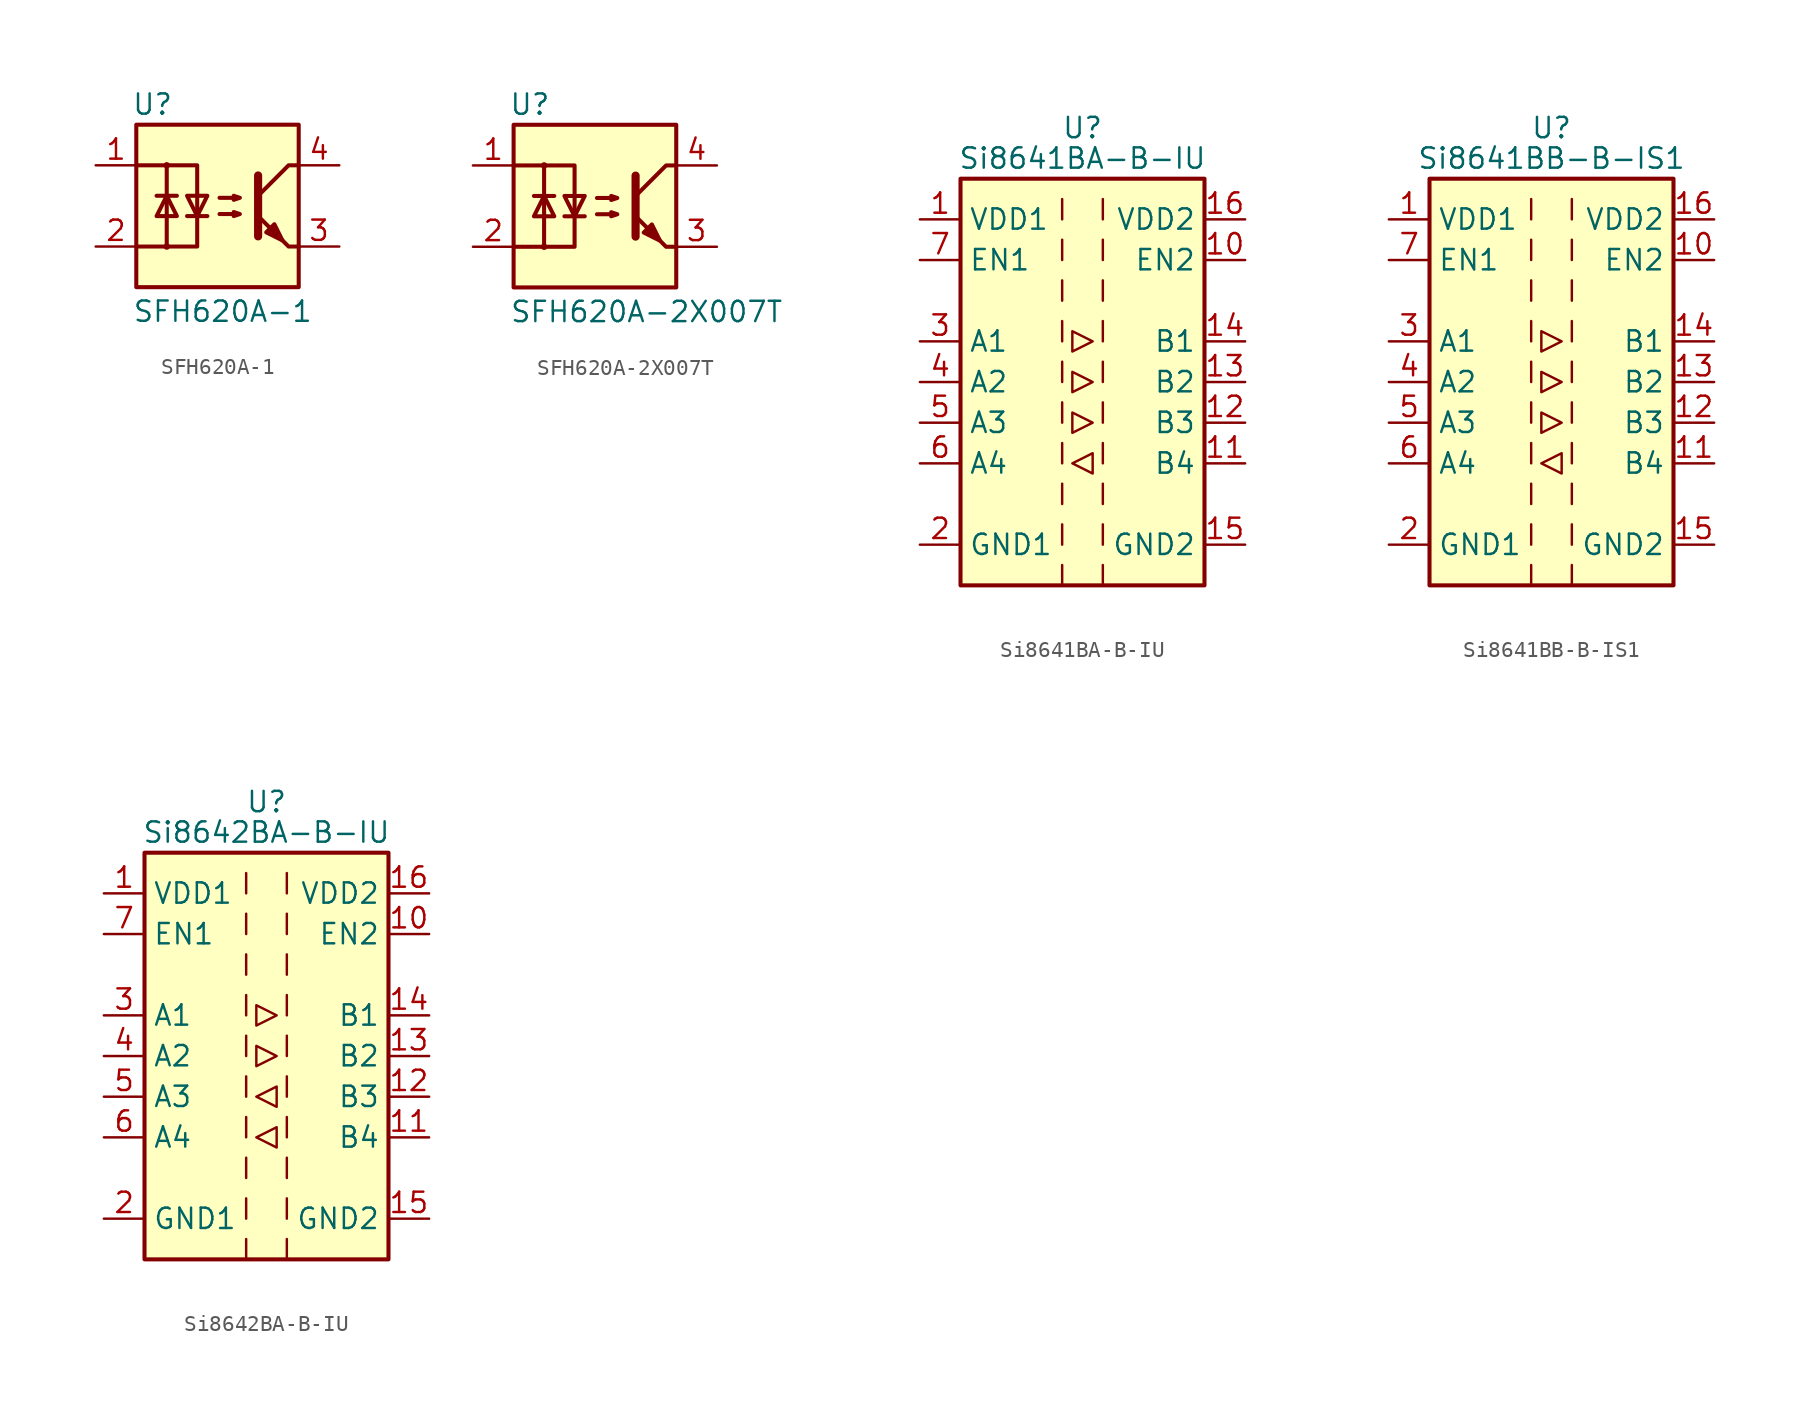
<source format=kicad_sym>
(kicad_symbol_lib
  (version 20201005)
  (generator kicad_symbol_editor)
  (symbol "SFH620A-1"
    (pin_names
      (offset 1.016))
    (property "Reference" "U"
      (at -4.064 6.35 0)
      (effects (font (size 1.27 1.27))))
    (property "Value" "SFH620A-1"
      (at -5.334 -6.604 0)
      (effects (font (size 1.27 1.27)) (justify left)))
    (symbol "SFH620A-1_0_1"
      (rectangle (start -5.08 5.08) (end 5.08 -5.08) (stroke (width 0.254)) (fill (type background))))
    (symbol "SFH620A-1_1_1"
      (circle (center -3.175 -2.54) (radius 0.127) (stroke (width 0)) (fill (type none)))
      (circle (center -3.175 2.54) (radius 0.127) (stroke (width 0)) (fill (type none)))
      (polyline (pts (xy -3.81 0.635) (xy -2.54 0.635)) (stroke (width 0.254)) (fill (type none)))
      (polyline (pts (xy -1.905 -0.635) (xy -0.635 -0.635)) (stroke (width 0.254)) (fill (type none)))
      (polyline (pts (xy 2.54 1.905) (xy 2.54 -1.905) (xy 2.54 -1.905)) (stroke (width 0.508)) (fill (type none)))
      (polyline (pts (xy 5.08 -2.54) (xy 4.445 -2.54) (xy 2.54 -0.635)) (stroke (width 0.254)) (fill (type none)))
      (polyline (pts (xy 5.08 2.54) (xy 4.445 2.54) (xy 2.54 0.635)) (stroke (width 0.254)) (fill (type none)))
      (polyline (pts (xy -5.08 2.54) (xy -3.175 2.54) (xy -3.175 -2.54) (xy -5.08 -2.54)) (stroke (width 0.254)) (fill (type none)))
      (polyline (pts (xy -3.175 -2.54) (xy -1.27 -2.54) (xy -1.27 2.54) (xy -3.175 2.54)) (stroke (width 0.254)) (fill (type none)))
      (polyline (pts (xy -3.175 0.635) (xy -3.81 -0.635) (xy -2.54 -0.635) (xy -3.175 0.635)) (stroke (width 0.254)) (fill (type none)))
      (polyline (pts (xy -1.27 -0.635) (xy -1.905 0.635) (xy -0.635 0.635) (xy -1.27 -0.635)) (stroke (width 0.254)) (fill (type none)))
      (polyline (pts (xy 0.127 -0.508) (xy 1.397 -0.508) (xy 1.016 -0.635) (xy 1.016 -0.381) (xy 1.397 -0.508)) (stroke (width 0.254)) (fill (type none)))
      (polyline (pts (xy 0.127 0.508) (xy 1.397 0.508) (xy 1.016 0.381) (xy 1.016 0.635) (xy 1.397 0.508)) (stroke (width 0.254)) (fill (type none)))
      (polyline (pts (xy 3.048 -1.651) (xy 3.556 -1.143) (xy 4.064 -2.159) (xy 3.048 -1.651) (xy 3.048 -1.651)) (stroke (width 0.254)) (fill (type outline)))
      (pin passive line (at -7.62 2.54 0) (length 2.54) (name "~" (effects (font (size 1.27 1.27)))) (number "1" (effects (font (size 1.27 1.27)))))
      (pin passive line (at -7.62 -2.54 0) (length 2.54) (name "~" (effects (font (size 1.27 1.27)))) (number "2" (effects (font (size 1.27 1.27)))))
      (pin passive line (at 7.62 -2.54 180) (length 2.54) (name "~" (effects (font (size 1.27 1.27)))) (number "3" (effects (font (size 1.27 1.27)))))
      (pin passive line (at 7.62 2.54 180) (length 2.54) (name "~" (effects (font (size 1.27 1.27)))) (number "4" (effects (font (size 1.27 1.27)))))))
  (symbol "SFH620A-2X007T"
    (pin_names
      (offset 1.016))
    (property "Reference" "U"
      (at -4.064 6.35 0)
      (effects (font (size 1.27 1.27))))
    (property "Value" "SFH620A-2X007T"
      (at -5.334 -6.604 0)
      (effects (font (size 1.27 1.27)) (justify left)))
    (symbol "SFH620A-2X007T_1_1"
      (circle (center -3.175 -2.54) (radius 0.127) (stroke (width 0)) (fill (type none)))
      (circle (center -3.175 2.54) (radius 0.127) (stroke (width 0)) (fill (type none)))
      (rectangle (start -5.08 5.08) (end 5.08 -5.08) (stroke (width 0.254)) (fill (type background)))
      (polyline (pts (xy -3.81 0.635) (xy -2.54 0.635)) (stroke (width 0.254)) (fill (type none)))
      (polyline (pts (xy -1.905 -0.635) (xy -0.635 -0.635)) (stroke (width 0.254)) (fill (type none)))
      (polyline (pts (xy 2.54 1.905) (xy 2.54 -1.905) (xy 2.54 -1.905)) (stroke (width 0.508)) (fill (type none)))
      (polyline (pts (xy 5.08 -2.54) (xy 4.445 -2.54) (xy 2.54 -0.635)) (stroke (width 0.254)) (fill (type none)))
      (polyline (pts (xy 5.08 2.54) (xy 4.445 2.54) (xy 2.54 0.635)) (stroke (width 0.254)) (fill (type none)))
      (polyline (pts (xy -5.08 2.54) (xy -3.175 2.54) (xy -3.175 -2.54) (xy -5.08 -2.54)) (stroke (width 0.254)) (fill (type none)))
      (polyline (pts (xy -3.175 -2.54) (xy -1.27 -2.54) (xy -1.27 2.54) (xy -3.175 2.54)) (stroke (width 0.254)) (fill (type none)))
      (polyline (pts (xy -3.175 0.635) (xy -3.81 -0.635) (xy -2.54 -0.635) (xy -3.175 0.635)) (stroke (width 0.254)) (fill (type none)))
      (polyline (pts (xy -1.27 -0.635) (xy -1.905 0.635) (xy -0.635 0.635) (xy -1.27 -0.635)) (stroke (width 0.254)) (fill (type none)))
      (polyline (pts (xy 0.127 -0.508) (xy 1.397 -0.508) (xy 1.016 -0.635) (xy 1.016 -0.381) (xy 1.397 -0.508)) (stroke (width 0.254)) (fill (type none)))
      (polyline (pts (xy 0.127 0.508) (xy 1.397 0.508) (xy 1.016 0.381) (xy 1.016 0.635) (xy 1.397 0.508)) (stroke (width 0.254)) (fill (type none)))
      (polyline (pts (xy 3.048 -1.651) (xy 3.556 -1.143) (xy 4.064 -2.159) (xy 3.048 -1.651) (xy 3.048 -1.651)) (stroke (width 0.254)) (fill (type outline)))
      (pin passive line (at -7.62 2.54 0) (length 2.54) (name "~" (effects (font (size 1.27 1.27)))) (number "1" (effects (font (size 1.27 1.27)))))
      (pin passive line (at -7.62 -2.54 0) (length 2.54) (name "~" (effects (font (size 1.27 1.27)))) (number "2" (effects (font (size 1.27 1.27)))))
      (pin passive line (at 7.62 -2.54 180) (length 2.54) (name "~" (effects (font (size 1.27 1.27)))) (number "3" (effects (font (size 1.27 1.27)))))
      (pin passive line (at 7.62 2.54 180) (length 2.54) (name "~" (effects (font (size 1.27 1.27)))) (number "4" (effects (font (size 1.27 1.27)))))))
  (symbol "Si8641BA-B-IU"
    (property "Reference" "U"
      (at 0 15.875 0)
      (effects (font (size 1.27 1.27))))
    (property "Value" "Si8641BA-B-IU"
      (at 0 13.97 0)
      (effects (font (size 1.27 1.27))))
    (symbol "Si8641BA-B-IU_0_1"
      (rectangle (start -7.62 12.7) (end 7.62 -12.7) (stroke (width 0.254)) (fill (type background)))
      (polyline (pts (xy -1.27 -11.43) (xy -1.27 -12.7)) (stroke (width 0)) (fill (type none)))
      (polyline (pts (xy -1.27 -8.89) (xy -1.27 -10.16)) (stroke (width 0)) (fill (type none)))
      (polyline (pts (xy -1.27 -6.35) (xy -1.27 -7.62)) (stroke (width 0)) (fill (type none)))
      (polyline (pts (xy -1.27 -3.81) (xy -1.27 -5.08)) (stroke (width 0)) (fill (type none)))
      (polyline (pts (xy -1.27 -1.27) (xy -1.27 -2.54)) (stroke (width 0)) (fill (type none)))
      (polyline (pts (xy -1.27 1.27) (xy -1.27 0)) (stroke (width 0)) (fill (type none)))
      (polyline (pts (xy -1.27 3.81) (xy -1.27 2.54)) (stroke (width 0)) (fill (type none)))
      (polyline (pts (xy -1.27 6.35) (xy -1.27 5.08)) (stroke (width 0)) (fill (type none)))
      (polyline (pts (xy -1.27 8.89) (xy -1.27 7.62)) (stroke (width 0)) (fill (type none)))
      (polyline (pts (xy -1.27 11.43) (xy -1.27 10.16)) (stroke (width 0)) (fill (type none)))
      (polyline (pts (xy 1.27 -11.43) (xy 1.27 -12.7)) (stroke (width 0)) (fill (type none)))
      (polyline (pts (xy 1.27 -8.89) (xy 1.27 -10.16)) (stroke (width 0)) (fill (type none)))
      (polyline (pts (xy 1.27 -6.35) (xy 1.27 -7.62)) (stroke (width 0)) (fill (type none)))
      (polyline (pts (xy 1.27 -3.81) (xy 1.27 -5.08)) (stroke (width 0)) (fill (type none)))
      (polyline (pts (xy 1.27 -1.27) (xy 1.27 -2.54)) (stroke (width 0)) (fill (type none)))
      (polyline (pts (xy 1.27 1.27) (xy 1.27 0)) (stroke (width 0)) (fill (type none)))
      (polyline (pts (xy 1.27 3.81) (xy 1.27 2.54)) (stroke (width 0)) (fill (type none)))
      (polyline (pts (xy 1.27 6.35) (xy 1.27 5.08)) (stroke (width 0)) (fill (type none)))
      (polyline (pts (xy 1.27 8.89) (xy 1.27 7.62)) (stroke (width 0)) (fill (type none)))
      (polyline (pts (xy 1.27 11.43) (xy 1.27 10.16)) (stroke (width 0)) (fill (type none)))
      (polyline (pts (xy -0.635 -5.08) (xy 0.635 -4.445) (xy 0.635 -5.715) (xy -0.635 -5.08)) (stroke (width 0)) (fill (type none)))
      (polyline (pts (xy -0.635 0.635) (xy -0.635 -0.635) (xy 0.635 0) (xy -0.635 0.635)) (stroke (width 0)) (fill (type none)))
      (polyline (pts (xy -0.635 3.175) (xy -0.635 1.905) (xy 0.635 2.54) (xy -0.635 3.175)) (stroke (width 0)) (fill (type none)))
      (polyline (pts (xy 0.635 -2.54) (xy -0.635 -1.905) (xy -0.635 -3.175) (xy 0.635 -2.54)) (stroke (width 0)) (fill (type none))))
    (symbol "Si8641BA-B-IU_1_1"
      (pin power_in line (at -10.16 10.16 0) (length 2.54) (name "VDD1" (effects (font (size 1.27 1.27)))) (number "1" (effects (font (size 1.27 1.27)))))
      (pin input line (at 10.16 7.62 180) (length 2.54) (name "EN2" (effects (font (size 1.27 1.27)))) (number "10" (effects (font (size 1.27 1.27)))))
      (pin input line (at 10.16 -5.08 180) (length 2.54) (name "B4" (effects (font (size 1.27 1.27)))) (number "11" (effects (font (size 1.27 1.27)))))
      (pin output line (at 10.16 -2.54 180) (length 2.54) (name "B3" (effects (font (size 1.27 1.27)))) (number "12" (effects (font (size 1.27 1.27)))))
      (pin output line (at 10.16 0 180) (length 2.54) (name "B2" (effects (font (size 1.27 1.27)))) (number "13" (effects (font (size 1.27 1.27)))))
      (pin output line (at 10.16 2.54 180) (length 2.54) (name "B1" (effects (font (size 1.27 1.27)))) (number "14" (effects (font (size 1.27 1.27)))))
      (pin power_in line (at 10.16 -10.16 180) (length 2.54) (name "GND2" (effects (font (size 1.27 1.27)))) (number "15" (effects (font (size 1.27 1.27)))))
      (pin power_in line (at 10.16 10.16 180) (length 2.54) (name "VDD2" (effects (font (size 1.27 1.27)))) (number "16" (effects (font (size 1.27 1.27)))))
      (pin power_in line (at -10.16 -10.16 0) (length 2.54) (name "GND1" (effects (font (size 1.27 1.27)))) (number "2" (effects (font (size 1.27 1.27)))))
      (pin input line (at -10.16 2.54 0) (length 2.54) (name "A1" (effects (font (size 1.27 1.27)))) (number "3" (effects (font (size 1.27 1.27)))))
      (pin input line (at -10.16 0 0) (length 2.54) (name "A2" (effects (font (size 1.27 1.27)))) (number "4" (effects (font (size 1.27 1.27)))))
      (pin input line (at -10.16 -2.54 0) (length 2.54) (name "A3" (effects (font (size 1.27 1.27)))) (number "5" (effects (font (size 1.27 1.27)))))
      (pin output line (at -10.16 -5.08 0) (length 2.54) (name "A4" (effects (font (size 1.27 1.27)))) (number "6" (effects (font (size 1.27 1.27)))))
      (pin input line (at -10.16 7.62 0) (length 2.54) (name "EN1" (effects (font (size 1.27 1.27)))) (number "7" (effects (font (size 1.27 1.27)))))
      (pin passive line (at -10.16 -10.16 0) (length 2.54) hide (name "GND1" (effects (font (size 1.27 1.27)))) (number "8" (effects (font (size 1.27 1.27)))))
      (pin passive line (at 10.16 -10.16 180) (length 2.54) hide (name "GND2" (effects (font (size 1.27 1.27)))) (number "9" (effects (font (size 1.27 1.27)))))))
  (symbol "Si8641BB-B-IS1"
    (property "Reference" "U"
      (at 0 15.875 0)
      (effects (font (size 1.27 1.27))))
    (property "Value" "Si8641BB-B-IS1"
      (at 0 13.97 0)
      (effects (font (size 1.27 1.27))))
    (symbol "Si8641BB-B-IS1_0_1"
      (rectangle (start -7.62 12.7) (end 7.62 -12.7) (stroke (width 0.254)) (fill (type background)))
      (polyline (pts (xy -1.27 -11.43) (xy -1.27 -12.7)) (stroke (width 0)) (fill (type none)))
      (polyline (pts (xy -1.27 -8.89) (xy -1.27 -10.16)) (stroke (width 0)) (fill (type none)))
      (polyline (pts (xy -1.27 -6.35) (xy -1.27 -7.62)) (stroke (width 0)) (fill (type none)))
      (polyline (pts (xy -1.27 -3.81) (xy -1.27 -5.08)) (stroke (width 0)) (fill (type none)))
      (polyline (pts (xy -1.27 -1.27) (xy -1.27 -2.54)) (stroke (width 0)) (fill (type none)))
      (polyline (pts (xy -1.27 1.27) (xy -1.27 0)) (stroke (width 0)) (fill (type none)))
      (polyline (pts (xy -1.27 3.81) (xy -1.27 2.54)) (stroke (width 0)) (fill (type none)))
      (polyline (pts (xy -1.27 6.35) (xy -1.27 5.08)) (stroke (width 0)) (fill (type none)))
      (polyline (pts (xy -1.27 8.89) (xy -1.27 7.62)) (stroke (width 0)) (fill (type none)))
      (polyline (pts (xy -1.27 11.43) (xy -1.27 10.16)) (stroke (width 0)) (fill (type none)))
      (polyline (pts (xy 1.27 -11.43) (xy 1.27 -12.7)) (stroke (width 0)) (fill (type none)))
      (polyline (pts (xy 1.27 -8.89) (xy 1.27 -10.16)) (stroke (width 0)) (fill (type none)))
      (polyline (pts (xy 1.27 -6.35) (xy 1.27 -7.62)) (stroke (width 0)) (fill (type none)))
      (polyline (pts (xy 1.27 -3.81) (xy 1.27 -5.08)) (stroke (width 0)) (fill (type none)))
      (polyline (pts (xy 1.27 -1.27) (xy 1.27 -2.54)) (stroke (width 0)) (fill (type none)))
      (polyline (pts (xy 1.27 1.27) (xy 1.27 0)) (stroke (width 0)) (fill (type none)))
      (polyline (pts (xy 1.27 3.81) (xy 1.27 2.54)) (stroke (width 0)) (fill (type none)))
      (polyline (pts (xy 1.27 6.35) (xy 1.27 5.08)) (stroke (width 0)) (fill (type none)))
      (polyline (pts (xy 1.27 8.89) (xy 1.27 7.62)) (stroke (width 0)) (fill (type none)))
      (polyline (pts (xy 1.27 11.43) (xy 1.27 10.16)) (stroke (width 0)) (fill (type none)))
      (polyline (pts (xy -0.635 -5.08) (xy 0.635 -4.445) (xy 0.635 -5.715) (xy -0.635 -5.08)) (stroke (width 0)) (fill (type none)))
      (polyline (pts (xy -0.635 0.635) (xy -0.635 -0.635) (xy 0.635 0) (xy -0.635 0.635)) (stroke (width 0)) (fill (type none)))
      (polyline (pts (xy -0.635 3.175) (xy -0.635 1.905) (xy 0.635 2.54) (xy -0.635 3.175)) (stroke (width 0)) (fill (type none)))
      (polyline (pts (xy 0.635 -2.54) (xy -0.635 -1.905) (xy -0.635 -3.175) (xy 0.635 -2.54)) (stroke (width 0)) (fill (type none))))
    (symbol "Si8641BB-B-IS1_1_1"
      (pin power_in line (at -10.16 10.16 0) (length 2.54) (name "VDD1" (effects (font (size 1.27 1.27)))) (number "1" (effects (font (size 1.27 1.27)))))
      (pin input line (at 10.16 7.62 180) (length 2.54) (name "EN2" (effects (font (size 1.27 1.27)))) (number "10" (effects (font (size 1.27 1.27)))))
      (pin input line (at 10.16 -5.08 180) (length 2.54) (name "B4" (effects (font (size 1.27 1.27)))) (number "11" (effects (font (size 1.27 1.27)))))
      (pin output line (at 10.16 -2.54 180) (length 2.54) (name "B3" (effects (font (size 1.27 1.27)))) (number "12" (effects (font (size 1.27 1.27)))))
      (pin output line (at 10.16 0 180) (length 2.54) (name "B2" (effects (font (size 1.27 1.27)))) (number "13" (effects (font (size 1.27 1.27)))))
      (pin output line (at 10.16 2.54 180) (length 2.54) (name "B1" (effects (font (size 1.27 1.27)))) (number "14" (effects (font (size 1.27 1.27)))))
      (pin power_in line (at 10.16 -10.16 180) (length 2.54) (name "GND2" (effects (font (size 1.27 1.27)))) (number "15" (effects (font (size 1.27 1.27)))))
      (pin power_in line (at 10.16 10.16 180) (length 2.54) (name "VDD2" (effects (font (size 1.27 1.27)))) (number "16" (effects (font (size 1.27 1.27)))))
      (pin power_in line (at -10.16 -10.16 0) (length 2.54) (name "GND1" (effects (font (size 1.27 1.27)))) (number "2" (effects (font (size 1.27 1.27)))))
      (pin input line (at -10.16 2.54 0) (length 2.54) (name "A1" (effects (font (size 1.27 1.27)))) (number "3" (effects (font (size 1.27 1.27)))))
      (pin input line (at -10.16 0 0) (length 2.54) (name "A2" (effects (font (size 1.27 1.27)))) (number "4" (effects (font (size 1.27 1.27)))))
      (pin input line (at -10.16 -2.54 0) (length 2.54) (name "A3" (effects (font (size 1.27 1.27)))) (number "5" (effects (font (size 1.27 1.27)))))
      (pin output line (at -10.16 -5.08 0) (length 2.54) (name "A4" (effects (font (size 1.27 1.27)))) (number "6" (effects (font (size 1.27 1.27)))))
      (pin input line (at -10.16 7.62 0) (length 2.54) (name "EN1" (effects (font (size 1.27 1.27)))) (number "7" (effects (font (size 1.27 1.27)))))
      (pin passive line (at -10.16 -10.16 0) (length 2.54) hide (name "GND1" (effects (font (size 1.27 1.27)))) (number "8" (effects (font (size 1.27 1.27)))))
      (pin passive line (at 10.16 -10.16 180) (length 2.54) hide (name "GND2" (effects (font (size 1.27 1.27)))) (number "9" (effects (font (size 1.27 1.27)))))))
  (symbol "Si8642BA-B-IU"
    (property "Reference" "U"
      (at 0 15.875 0)
      (effects (font (size 1.27 1.27))))
    (property "Value" "Si8642BA-B-IU"
      (at 0 13.97 0)
      (effects (font (size 1.27 1.27))))
    (symbol "Si8642BA-B-IU_0_1"
      (rectangle (start -7.62 12.7) (end 7.62 -12.7) (stroke (width 0.254)) (fill (type background)))
      (polyline (pts (xy -1.27 -11.43) (xy -1.27 -12.7)) (stroke (width 0)) (fill (type none)))
      (polyline (pts (xy -1.27 -8.89) (xy -1.27 -10.16)) (stroke (width 0)) (fill (type none)))
      (polyline (pts (xy -1.27 -6.35) (xy -1.27 -7.62)) (stroke (width 0)) (fill (type none)))
      (polyline (pts (xy -1.27 -3.81) (xy -1.27 -5.08)) (stroke (width 0)) (fill (type none)))
      (polyline (pts (xy -1.27 -1.27) (xy -1.27 -2.54)) (stroke (width 0)) (fill (type none)))
      (polyline (pts (xy -1.27 1.27) (xy -1.27 0)) (stroke (width 0)) (fill (type none)))
      (polyline (pts (xy -1.27 3.81) (xy -1.27 2.54)) (stroke (width 0)) (fill (type none)))
      (polyline (pts (xy -1.27 6.35) (xy -1.27 5.08)) (stroke (width 0)) (fill (type none)))
      (polyline (pts (xy -1.27 8.89) (xy -1.27 7.62)) (stroke (width 0)) (fill (type none)))
      (polyline (pts (xy -1.27 11.43) (xy -1.27 10.16)) (stroke (width 0)) (fill (type none)))
      (polyline (pts (xy 1.27 -11.43) (xy 1.27 -12.7)) (stroke (width 0)) (fill (type none)))
      (polyline (pts (xy 1.27 -8.89) (xy 1.27 -10.16)) (stroke (width 0)) (fill (type none)))
      (polyline (pts (xy 1.27 -6.35) (xy 1.27 -7.62)) (stroke (width 0)) (fill (type none)))
      (polyline (pts (xy 1.27 -3.81) (xy 1.27 -5.08)) (stroke (width 0)) (fill (type none)))
      (polyline (pts (xy 1.27 -1.27) (xy 1.27 -2.54)) (stroke (width 0)) (fill (type none)))
      (polyline (pts (xy 1.27 1.27) (xy 1.27 0)) (stroke (width 0)) (fill (type none)))
      (polyline (pts (xy 1.27 3.81) (xy 1.27 2.54)) (stroke (width 0)) (fill (type none)))
      (polyline (pts (xy 1.27 6.35) (xy 1.27 5.08)) (stroke (width 0)) (fill (type none)))
      (polyline (pts (xy 1.27 8.89) (xy 1.27 7.62)) (stroke (width 0)) (fill (type none)))
      (polyline (pts (xy 1.27 11.43) (xy 1.27 10.16)) (stroke (width 0)) (fill (type none)))
      (polyline (pts (xy -0.635 -5.08) (xy 0.635 -4.445) (xy 0.635 -5.715) (xy -0.635 -5.08)) (stroke (width 0)) (fill (type none)))
      (polyline (pts (xy -0.635 -2.54) (xy 0.635 -1.905) (xy 0.635 -3.175) (xy -0.635 -2.54)) (stroke (width 0)) (fill (type none)))
      (polyline (pts (xy -0.635 0.635) (xy -0.635 -0.635) (xy 0.635 0) (xy -0.635 0.635)) (stroke (width 0)) (fill (type none)))
      (polyline (pts (xy -0.635 3.175) (xy -0.635 1.905) (xy 0.635 2.54) (xy -0.635 3.175)) (stroke (width 0)) (fill (type none))))
    (symbol "Si8642BA-B-IU_1_1"
      (pin power_in line (at -10.16 10.16 0) (length 2.54) (name "VDD1" (effects (font (size 1.27 1.27)))) (number "1" (effects (font (size 1.27 1.27)))))
      (pin input line (at 10.16 7.62 180) (length 2.54) (name "EN2" (effects (font (size 1.27 1.27)))) (number "10" (effects (font (size 1.27 1.27)))))
      (pin input line (at 10.16 -5.08 180) (length 2.54) (name "B4" (effects (font (size 1.27 1.27)))) (number "11" (effects (font (size 1.27 1.27)))))
      (pin input line (at 10.16 -2.54 180) (length 2.54) (name "B3" (effects (font (size 1.27 1.27)))) (number "12" (effects (font (size 1.27 1.27)))))
      (pin output line (at 10.16 0 180) (length 2.54) (name "B2" (effects (font (size 1.27 1.27)))) (number "13" (effects (font (size 1.27 1.27)))))
      (pin output line (at 10.16 2.54 180) (length 2.54) (name "B1" (effects (font (size 1.27 1.27)))) (number "14" (effects (font (size 1.27 1.27)))))
      (pin power_in line (at 10.16 -10.16 180) (length 2.54) (name "GND2" (effects (font (size 1.27 1.27)))) (number "15" (effects (font (size 1.27 1.27)))))
      (pin power_in line (at 10.16 10.16 180) (length 2.54) (name "VDD2" (effects (font (size 1.27 1.27)))) (number "16" (effects (font (size 1.27 1.27)))))
      (pin power_in line (at -10.16 -10.16 0) (length 2.54) (name "GND1" (effects (font (size 1.27 1.27)))) (number "2" (effects (font (size 1.27 1.27)))))
      (pin input line (at -10.16 2.54 0) (length 2.54) (name "A1" (effects (font (size 1.27 1.27)))) (number "3" (effects (font (size 1.27 1.27)))))
      (pin input line (at -10.16 0 0) (length 2.54) (name "A2" (effects (font (size 1.27 1.27)))) (number "4" (effects (font (size 1.27 1.27)))))
      (pin output line (at -10.16 -2.54 0) (length 2.54) (name "A3" (effects (font (size 1.27 1.27)))) (number "5" (effects (font (size 1.27 1.27)))))
      (pin output line (at -10.16 -5.08 0) (length 2.54) (name "A4" (effects (font (size 1.27 1.27)))) (number "6" (effects (font (size 1.27 1.27)))))
      (pin input line (at -10.16 7.62 0) (length 2.54) (name "EN1" (effects (font (size 1.27 1.27)))) (number "7" (effects (font (size 1.27 1.27)))))
      (pin passive line (at -10.16 -10.16 0) (length 2.54) hide (name "GND1" (effects (font (size 1.27 1.27)))) (number "8" (effects (font (size 1.27 1.27)))))
      (pin passive line (at 10.16 -10.16 180) (length 2.54) hide (name "GND2" (effects (font (size 1.27 1.27)))) (number "9" (effects (font (size 1.27 1.27))))))))
</source>
